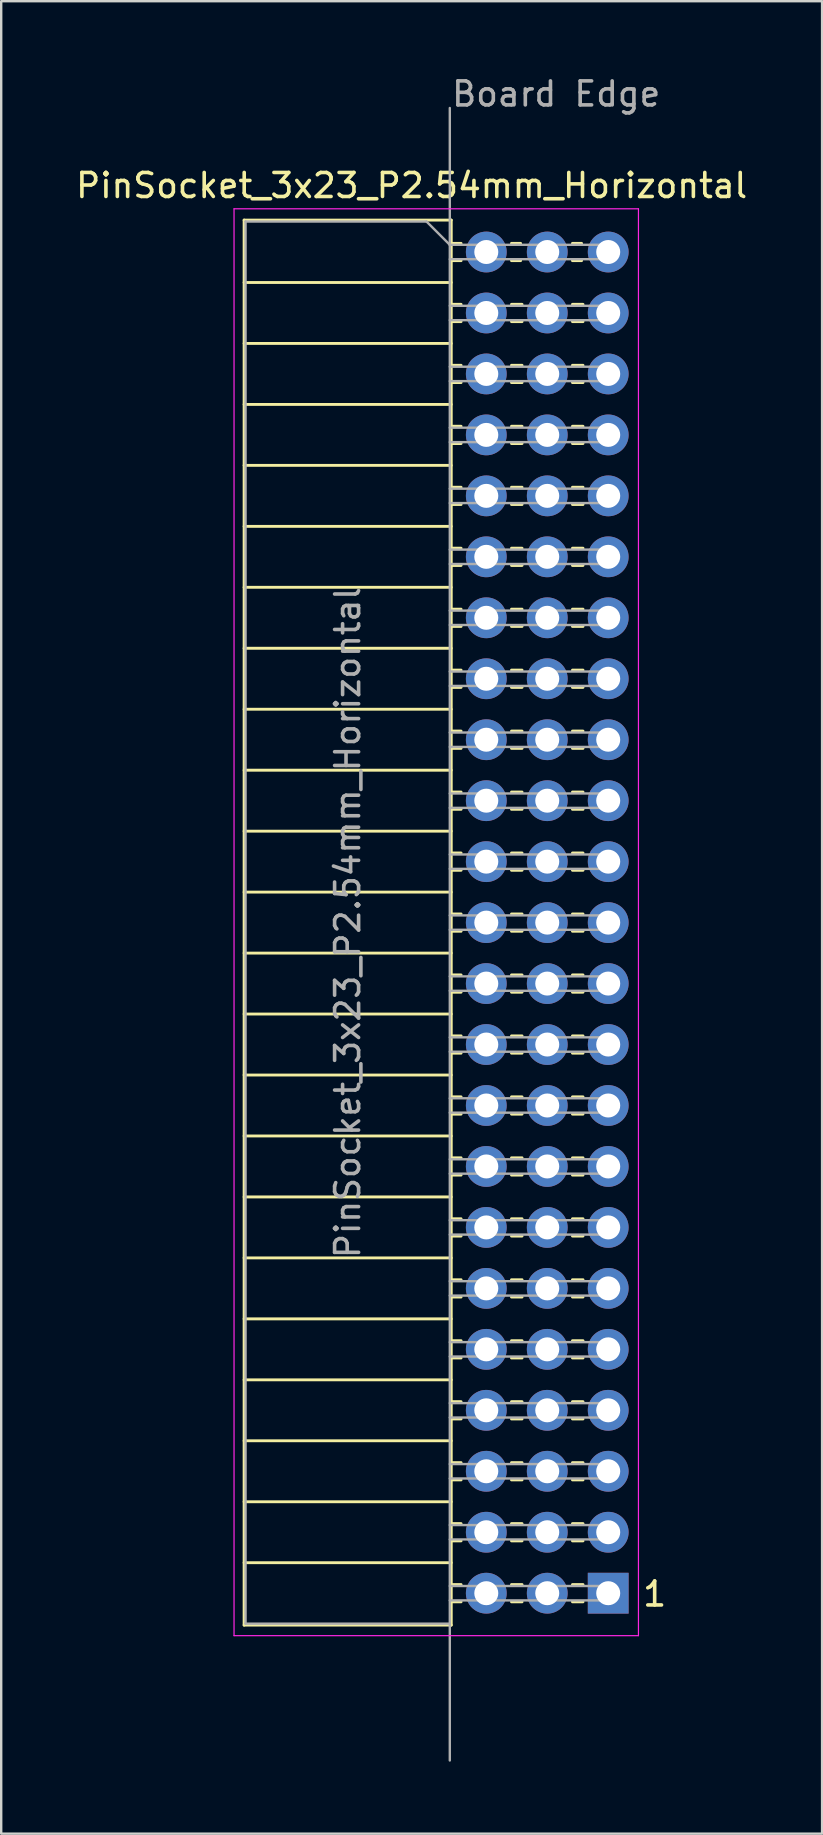
<source format=kicad_pcb>
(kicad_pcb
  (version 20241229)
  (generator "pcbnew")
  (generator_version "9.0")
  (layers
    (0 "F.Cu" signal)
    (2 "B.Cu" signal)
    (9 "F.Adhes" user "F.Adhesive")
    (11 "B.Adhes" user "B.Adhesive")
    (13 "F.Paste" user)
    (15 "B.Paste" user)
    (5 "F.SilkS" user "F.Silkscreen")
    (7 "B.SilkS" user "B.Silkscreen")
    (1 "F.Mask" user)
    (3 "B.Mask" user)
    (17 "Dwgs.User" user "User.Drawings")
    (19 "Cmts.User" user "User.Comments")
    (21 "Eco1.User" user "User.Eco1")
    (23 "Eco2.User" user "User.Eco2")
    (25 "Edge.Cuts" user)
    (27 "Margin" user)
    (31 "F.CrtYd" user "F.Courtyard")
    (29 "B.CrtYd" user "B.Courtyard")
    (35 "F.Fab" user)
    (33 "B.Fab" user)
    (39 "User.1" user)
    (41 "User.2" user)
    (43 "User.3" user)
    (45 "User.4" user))
  (footprint "PinSocket_3x23_P2.54mm_Horizontal"
    (layer "F.Cu")
    (at 19.751 7.45)
    (property "Reference" "PinSocket_3x23_P2.54mm_Horizontal" (at -5.65 -2.77 0) (layer "F.SilkS") (effects (font (size 1 1) (thickness 0.15))))
    (attr through_hole)
    (fp_line (start -12.63 -1.33) (end -12.63 57.21) (stroke (width 0.12) (type solid)) (layer "F.SilkS"))
    (fp_line (start -12.63 -1.33) (end -4 -1.33) (stroke (width 0.12) (type solid)) (layer "F.SilkS"))
    (fp_line (start -12.63 1.27) (end -4 1.27) (stroke (width 0.12) (type solid)) (layer "F.SilkS"))
    (fp_line (start -12.63 3.81) (end -4 3.81) (stroke (width 0.12) (type solid)) (layer "F.SilkS"))
    (fp_line (start -12.63 6.35) (end -4 6.35) (stroke (width 0.12) (type solid)) (layer "F.SilkS"))
    (fp_line (start -12.63 8.89) (end -4 8.89) (stroke (width 0.12) (type solid)) (layer "F.SilkS"))
    (fp_line (start -12.63 11.43) (end -4 11.43) (stroke (width 0.12) (type solid)) (layer "F.SilkS"))
    (fp_line (start -12.63 13.97) (end -4 13.97) (stroke (width 0.12) (type solid)) (layer "F.SilkS"))
    (fp_line (start -12.63 16.51) (end -4 16.51) (stroke (width 0.12) (type solid)) (layer "F.SilkS"))
    (fp_line (start -12.63 19.05) (end -4 19.05) (stroke (width 0.12) (type solid)) (layer "F.SilkS"))
    (fp_line (start -12.63 21.59) (end -4 21.59) (stroke (width 0.12) (type solid)) (layer "F.SilkS"))
    (fp_line (start -12.63 24.13) (end -4 24.13) (stroke (width 0.12) (type solid)) (layer "F.SilkS"))
    (fp_line (start -12.63 26.67) (end -4 26.67) (stroke (width 0.12) (type solid)) (layer "F.SilkS"))
    (fp_line (start -12.63 29.21) (end -4 29.21) (stroke (width 0.12) (type solid)) (layer "F.SilkS"))
    (fp_line (start -12.63 31.75) (end -4 31.75) (stroke (width 0.12) (type solid)) (layer "F.SilkS"))
    (fp_line (start -12.63 34.29) (end -4 34.29) (stroke (width 0.12) (type solid)) (layer "F.SilkS"))
    (fp_line (start -12.63 36.83) (end -4 36.83) (stroke (width 0.12) (type solid)) (layer "F.SilkS"))
    (fp_line (start -12.63 39.37) (end -4 39.37) (stroke (width 0.12) (type solid)) (layer "F.SilkS"))
    (fp_line (start -12.63 41.91) (end -4 41.91) (stroke (width 0.12) (type solid)) (layer "F.SilkS"))
    (fp_line (start -12.63 44.45) (end -4 44.45) (stroke (width 0.12) (type solid)) (layer "F.SilkS"))
    (fp_line (start -12.63 46.99) (end -4 46.99) (stroke (width 0.12) (type solid)) (layer "F.SilkS"))
    (fp_line (start -12.63 49.53) (end -4 49.53) (stroke (width 0.12) (type solid)) (layer "F.SilkS"))
    (fp_line (start -12.63 52.07) (end -4 52.07) (stroke (width 0.12) (type solid)) (layer "F.SilkS"))
    (fp_line (start -12.63 54.61) (end -4 54.61) (stroke (width 0.12) (type solid)) (layer "F.SilkS"))
    (fp_line (start -12.63 57.21) (end -4 57.21) (stroke (width 0.12) (type solid)) (layer "F.SilkS"))
    (fp_line (start -4 -1.33) (end -4 57.21) (stroke (width 0.12) (type solid)) (layer "F.SilkS"))
    (fp_line (start -4 -0.36) (end -3.59 -0.36) (stroke (width 0.12) (type solid)) (layer "F.SilkS"))
    (fp_line (start -4 0.36) (end -3.59 0.36) (stroke (width 0.12) (type solid)) (layer "F.SilkS"))
    (fp_line (start -4 2.18) (end -3.59 2.18) (stroke (width 0.12) (type solid)) (layer "F.SilkS"))
    (fp_line (start -4 2.9) (end -3.59 2.9) (stroke (width 0.12) (type solid)) (layer "F.SilkS"))
    (fp_line (start -4 4.72) (end -3.59 4.72) (stroke (width 0.12) (type solid)) (layer "F.SilkS"))
    (fp_line (start -4 5.44) (end -3.59 5.44) (stroke (width 0.12) (type solid)) (layer "F.SilkS"))
    (fp_line (start -4 7.26) (end -3.59 7.26) (stroke (width 0.12) (type solid)) (layer "F.SilkS"))
    (fp_line (start -4 7.98) (end -3.59 7.98) (stroke (width 0.12) (type solid)) (layer "F.SilkS"))
    (fp_line (start -4 9.8) (end -3.59 9.8) (stroke (width 0.12) (type solid)) (layer "F.SilkS"))
    (fp_line (start -4 10.52) (end -3.59 10.52) (stroke (width 0.12) (type solid)) (layer "F.SilkS"))
    (fp_line (start -4 12.34) (end -3.59 12.34) (stroke (width 0.12) (type solid)) (layer "F.SilkS"))
    (fp_line (start -4 13.06) (end -3.59 13.06) (stroke (width 0.12) (type solid)) (layer "F.SilkS"))
    (fp_line (start -4 14.88) (end -3.59 14.88) (stroke (width 0.12) (type solid)) (layer "F.SilkS"))
    (fp_line (start -4 15.6) (end -3.59 15.6) (stroke (width 0.12) (type solid)) (layer "F.SilkS"))
    (fp_line (start -4 17.42) (end -3.59 17.42) (stroke (width 0.12) (type solid)) (layer "F.SilkS"))
    (fp_line (start -4 18.14) (end -3.59 18.14) (stroke (width 0.12) (type solid)) (layer "F.SilkS"))
    (fp_line (start -4 19.96) (end -3.59 19.96) (stroke (width 0.12) (type solid)) (layer "F.SilkS"))
    (fp_line (start -4 20.68) (end -3.59 20.68) (stroke (width 0.12) (type solid)) (layer "F.SilkS"))
    (fp_line (start -4 22.5) (end -3.59 22.5) (stroke (width 0.12) (type solid)) (layer "F.SilkS"))
    (fp_line (start -4 23.22) (end -3.59 23.22) (stroke (width 0.12) (type solid)) (layer "F.SilkS"))
    (fp_line (start -4 25.04) (end -3.59 25.04) (stroke (width 0.12) (type solid)) (layer "F.SilkS"))
    (fp_line (start -4 25.76) (end -3.59 25.76) (stroke (width 0.12) (type solid)) (layer "F.SilkS"))
    (fp_line (start -4 27.58) (end -3.59 27.58) (stroke (width 0.12) (type solid)) (layer "F.SilkS"))
    (fp_line (start -4 28.3) (end -3.59 28.3) (stroke (width 0.12) (type solid)) (layer "F.SilkS"))
    (fp_line (start -4 30.12) (end -3.59 30.12) (stroke (width 0.12) (type solid)) (layer "F.SilkS"))
    (fp_line (start -4 30.84) (end -3.59 30.84) (stroke (width 0.12) (type solid)) (layer "F.SilkS"))
    (fp_line (start -4 32.66) (end -3.59 32.66) (stroke (width 0.12) (type solid)) (layer "F.SilkS"))
    (fp_line (start -4 33.38) (end -3.59 33.38) (stroke (width 0.12) (type solid)) (layer "F.SilkS"))
    (fp_line (start -4 35.2) (end -3.59 35.2) (stroke (width 0.12) (type solid)) (layer "F.SilkS"))
    (fp_line (start -4 35.92) (end -3.59 35.92) (stroke (width 0.12) (type solid)) (layer "F.SilkS"))
    (fp_line (start -4 37.74) (end -3.59 37.74) (stroke (width 0.12) (type solid)) (layer "F.SilkS"))
    (fp_line (start -4 38.46) (end -3.59 38.46) (stroke (width 0.12) (type solid)) (layer "F.SilkS"))
    (fp_line (start -4 40.28) (end -3.59 40.28) (stroke (width 0.12) (type solid)) (layer "F.SilkS"))
    (fp_line (start -4 41) (end -3.59 41) (stroke (width 0.12) (type solid)) (layer "F.SilkS"))
    (fp_line (start -4 42.82) (end -3.59 42.82) (stroke (width 0.12) (type solid)) (layer "F.SilkS"))
    (fp_line (start -4 43.54) (end -3.59 43.54) (stroke (width 0.12) (type solid)) (layer "F.SilkS"))
    (fp_line (start -4 45.36) (end -3.59 45.36) (stroke (width 0.12) (type solid)) (layer "F.SilkS"))
    (fp_line (start -4 46.08) (end -3.59 46.08) (stroke (width 0.12) (type solid)) (layer "F.SilkS"))
    (fp_line (start -4 47.9) (end -3.59 47.9) (stroke (width 0.12) (type solid)) (layer "F.SilkS"))
    (fp_line (start -4 48.62) (end -3.59 48.62) (stroke (width 0.12) (type solid)) (layer "F.SilkS"))
    (fp_line (start -4 50.44) (end -3.59 50.44) (stroke (width 0.12) (type solid)) (layer "F.SilkS"))
    (fp_line (start -4 51.16) (end -3.59 51.16) (stroke (width 0.12) (type solid)) (layer "F.SilkS"))
    (fp_line (start -4 52.98) (end -3.59 52.98) (stroke (width 0.12) (type solid)) (layer "F.SilkS"))
    (fp_line (start -4 53.7) (end -3.59 53.7) (stroke (width 0.12) (type solid)) (layer "F.SilkS"))
    (fp_line (start -4 55.52) (end -3.59 55.52) (stroke (width 0.12) (type solid)) (layer "F.SilkS"))
    (fp_line (start -4 56.24) (end -3.59 56.24) (stroke (width 0.12) (type solid)) (layer "F.SilkS"))
    (fp_line (start -1.49 -0.36) (end -1.11 -0.36) (stroke (width 0.12) (type solid)) (layer "F.SilkS"))
    (fp_line (start -1.49 0.36) (end -1.11 0.36) (stroke (width 0.12) (type solid)) (layer "F.SilkS"))
    (fp_line (start -1.49 2.18) (end -1.05 2.18) (stroke (width 0.12) (type solid)) (layer "F.SilkS"))
    (fp_line (start -1.49 2.9) (end -1.05 2.9) (stroke (width 0.12) (type solid)) (layer "F.SilkS"))
    (fp_line (start -1.49 4.72) (end -1.05 4.72) (stroke (width 0.12) (type solid)) (layer "F.SilkS"))
    (fp_line (start -1.49 5.44) (end -1.05 5.44) (stroke (width 0.12) (type solid)) (layer "F.SilkS"))
    (fp_line (start -1.49 7.26) (end -1.05 7.26) (stroke (width 0.12) (type solid)) (layer "F.SilkS"))
    (fp_line (start -1.49 7.98) (end -1.05 7.98) (stroke (width 0.12) (type solid)) (layer "F.SilkS"))
    (fp_line (start -1.49 9.8) (end -1.05 9.8) (stroke (width 0.12) (type solid)) (layer "F.SilkS"))
    (fp_line (start -1.49 10.52) (end -1.05 10.52) (stroke (width 0.12) (type solid)) (layer "F.SilkS"))
    (fp_line (start -1.49 12.34) (end -1.05 12.34) (stroke (width 0.12) (type solid)) (layer "F.SilkS"))
    (fp_line (start -1.49 13.06) (end -1.05 13.06) (stroke (width 0.12) (type solid)) (layer "F.SilkS"))
    (fp_line (start -1.49 14.88) (end -1.05 14.88) (stroke (width 0.12) (type solid)) (layer "F.SilkS"))
    (fp_line (start -1.49 15.6) (end -1.05 15.6) (stroke (width 0.12) (type solid)) (layer "F.SilkS"))
    (fp_line (start -1.49 17.42) (end -1.05 17.42) (stroke (width 0.12) (type solid)) (layer "F.SilkS"))
    (fp_line (start -1.49 18.14) (end -1.05 18.14) (stroke (width 0.12) (type solid)) (layer "F.SilkS"))
    (fp_line (start -1.49 19.96) (end -1.05 19.96) (stroke (width 0.12) (type solid)) (layer "F.SilkS"))
    (fp_line (start -1.49 20.68) (end -1.05 20.68) (stroke (width 0.12) (type solid)) (layer "F.SilkS"))
    (fp_line (start -1.49 22.5) (end -1.05 22.5) (stroke (width 0.12) (type solid)) (layer "F.SilkS"))
    (fp_line (start -1.49 23.22) (end -1.05 23.22) (stroke (width 0.12) (type solid)) (layer "F.SilkS"))
    (fp_line (start -1.49 25.04) (end -1.05 25.04) (stroke (width 0.12) (type solid)) (layer "F.SilkS"))
    (fp_line (start -1.49 25.76) (end -1.05 25.76) (stroke (width 0.12) (type solid)) (layer "F.SilkS"))
    (fp_line (start -1.49 27.58) (end -1.05 27.58) (stroke (width 0.12) (type solid)) (layer "F.SilkS"))
    (fp_line (start -1.49 28.3) (end -1.05 28.3) (stroke (width 0.12) (type solid)) (layer "F.SilkS"))
    (fp_line (start -1.49 30.12) (end -1.05 30.12) (stroke (width 0.12) (type solid)) (layer "F.SilkS"))
    (fp_line (start -1.49 30.84) (end -1.05 30.84) (stroke (width 0.12) (type solid)) (layer "F.SilkS"))
    (fp_line (start -1.49 32.66) (end -1.05 32.66) (stroke (width 0.12) (type solid)) (layer "F.SilkS"))
    (fp_line (start -1.49 33.38) (end -1.05 33.38) (stroke (width 0.12) (type solid)) (layer "F.SilkS"))
    (fp_line (start -1.49 35.2) (end -1.05 35.2) (stroke (width 0.12) (type solid)) (layer "F.SilkS"))
    (fp_line (start -1.49 35.92) (end -1.05 35.92) (stroke (width 0.12) (type solid)) (layer "F.SilkS"))
    (fp_line (start -1.49 37.74) (end -1.05 37.74) (stroke (width 0.12) (type solid)) (layer "F.SilkS"))
    (fp_line (start -1.49 38.46) (end -1.05 38.46) (stroke (width 0.12) (type solid)) (layer "F.SilkS"))
    (fp_line (start -1.49 40.28) (end -1.05 40.28) (stroke (width 0.12) (type solid)) (layer "F.SilkS"))
    (fp_line (start -1.49 41) (end -1.05 41) (stroke (width 0.12) (type solid)) (layer "F.SilkS"))
    (fp_line (start -1.49 42.82) (end -1.05 42.82) (stroke (width 0.12) (type solid)) (layer "F.SilkS"))
    (fp_line (start -1.49 43.54) (end -1.05 43.54) (stroke (width 0.12) (type solid)) (layer "F.SilkS"))
    (fp_line (start -1.49 45.36) (end -1.05 45.36) (stroke (width 0.12) (type solid)) (layer "F.SilkS"))
    (fp_line (start -1.49 46.08) (end -1.05 46.08) (stroke (width 0.12) (type solid)) (layer "F.SilkS"))
    (fp_line (start -1.49 47.9) (end -1.05 47.9) (stroke (width 0.12) (type solid)) (layer "F.SilkS"))
    (fp_line (start -1.49 48.62) (end -1.05 48.62) (stroke (width 0.12) (type solid)) (layer "F.SilkS"))
    (fp_line (start -1.49 50.44) (end -1.05 50.44) (stroke (width 0.12) (type solid)) (layer "F.SilkS"))
    (fp_line (start -1.49 51.16) (end -1.05 51.16) (stroke (width 0.12) (type solid)) (layer "F.SilkS"))
    (fp_line (start -1.49 52.98) (end -1.05 52.98) (stroke (width 0.12) (type solid)) (layer "F.SilkS"))
    (fp_line (start -1.49 53.7) (end -1.05 53.7) (stroke (width 0.12) (type solid)) (layer "F.SilkS"))
    (fp_line (start -1.49 55.52) (end -1.05 55.52) (stroke (width 0.12) (type solid)) (layer "F.SilkS"))
    (fp_line (start -1.49 56.24) (end -1.05 56.24) (stroke (width 0.12) (type solid)) (layer "F.SilkS"))
    (fp_line (start 1.05 -0.36) (end 1.43 -0.36) (stroke (width 0.12) (type solid)) (layer "F.SilkS"))
    (fp_line (start 1.05 0.36) (end 1.43 0.36) (stroke (width 0.12) (type solid)) (layer "F.SilkS"))
    (fp_line (start 1.05 2.18) (end 1.49 2.18) (stroke (width 0.12) (type solid)) (layer "F.SilkS"))
    (fp_line (start 1.05 2.9) (end 1.49 2.9) (stroke (width 0.12) (type solid)) (layer "F.SilkS"))
    (fp_line (start 1.05 4.72) (end 1.49 4.72) (stroke (width 0.12) (type solid)) (layer "F.SilkS"))
    (fp_line (start 1.05 5.44) (end 1.49 5.44) (stroke (width 0.12) (type solid)) (layer "F.SilkS"))
    (fp_line (start 1.05 7.26) (end 1.49 7.26) (stroke (width 0.12) (type solid)) (layer "F.SilkS"))
    (fp_line (start 1.05 7.98) (end 1.49 7.98) (stroke (width 0.12) (type solid)) (layer "F.SilkS"))
    (fp_line (start 1.05 9.8) (end 1.49 9.8) (stroke (width 0.12) (type solid)) (layer "F.SilkS"))
    (fp_line (start 1.05 10.52) (end 1.49 10.52) (stroke (width 0.12) (type solid)) (layer "F.SilkS"))
    (fp_line (start 1.05 12.34) (end 1.49 12.34) (stroke (width 0.12) (type solid)) (layer "F.SilkS"))
    (fp_line (start 1.05 13.06) (end 1.49 13.06) (stroke (width 0.12) (type solid)) (layer "F.SilkS"))
    (fp_line (start 1.05 14.88) (end 1.49 14.88) (stroke (width 0.12) (type solid)) (layer "F.SilkS"))
    (fp_line (start 1.05 15.6) (end 1.49 15.6) (stroke (width 0.12) (type solid)) (layer "F.SilkS"))
    (fp_line (start 1.05 17.42) (end 1.49 17.42) (stroke (width 0.12) (type solid)) (layer "F.SilkS"))
    (fp_line (start 1.05 18.14) (end 1.49 18.14) (stroke (width 0.12) (type solid)) (layer "F.SilkS"))
    (fp_line (start 1.05 19.96) (end 1.49 19.96) (stroke (width 0.12) (type solid)) (layer "F.SilkS"))
    (fp_line (start 1.05 20.68) (end 1.49 20.68) (stroke (width 0.12) (type solid)) (layer "F.SilkS"))
    (fp_line (start 1.05 22.5) (end 1.49 22.5) (stroke (width 0.12) (type solid)) (layer "F.SilkS"))
    (fp_line (start 1.05 23.22) (end 1.49 23.22) (stroke (width 0.12) (type solid)) (layer "F.SilkS"))
    (fp_line (start 1.05 25.04) (end 1.49 25.04) (stroke (width 0.12) (type solid)) (layer "F.SilkS"))
    (fp_line (start 1.05 25.76) (end 1.49 25.76) (stroke (width 0.12) (type solid)) (layer "F.SilkS"))
    (fp_line (start 1.05 27.58) (end 1.49 27.58) (stroke (width 0.12) (type solid)) (layer "F.SilkS"))
    (fp_line (start 1.05 28.3) (end 1.49 28.3) (stroke (width 0.12) (type solid)) (layer "F.SilkS"))
    (fp_line (start 1.05 30.12) (end 1.49 30.12) (stroke (width 0.12) (type solid)) (layer "F.SilkS"))
    (fp_line (start 1.05 30.84) (end 1.49 30.84) (stroke (width 0.12) (type solid)) (layer "F.SilkS"))
    (fp_line (start 1.05 32.66) (end 1.49 32.66) (stroke (width 0.12) (type solid)) (layer "F.SilkS"))
    (fp_line (start 1.05 33.38) (end 1.49 33.38) (stroke (width 0.12) (type solid)) (layer "F.SilkS"))
    (fp_line (start 1.05 35.2) (end 1.49 35.2) (stroke (width 0.12) (type solid)) (layer "F.SilkS"))
    (fp_line (start 1.05 35.92) (end 1.49 35.92) (stroke (width 0.12) (type solid)) (layer "F.SilkS"))
    (fp_line (start 1.05 37.74) (end 1.49 37.74) (stroke (width 0.12) (type solid)) (layer "F.SilkS"))
    (fp_line (start 1.05 38.46) (end 1.49 38.46) (stroke (width 0.12) (type solid)) (layer "F.SilkS"))
    (fp_line (start 1.05 40.28) (end 1.49 40.28) (stroke (width 0.12) (type solid)) (layer "F.SilkS"))
    (fp_line (start 1.05 41) (end 1.49 41) (stroke (width 0.12) (type solid)) (layer "F.SilkS"))
    (fp_line (start 1.05 42.82) (end 1.49 42.82) (stroke (width 0.12) (type solid)) (layer "F.SilkS"))
    (fp_line (start 1.05 43.54) (end 1.49 43.54) (stroke (width 0.12) (type solid)) (layer "F.SilkS"))
    (fp_line (start 1.05 45.36) (end 1.49 45.36) (stroke (width 0.12) (type solid)) (layer "F.SilkS"))
    (fp_line (start 1.05 46.08) (end 1.49 46.08) (stroke (width 0.12) (type solid)) (layer "F.SilkS"))
    (fp_line (start 1.05 47.9) (end 1.49 47.9) (stroke (width 0.12) (type solid)) (layer "F.SilkS"))
    (fp_line (start 1.05 48.62) (end 1.49 48.62) (stroke (width 0.12) (type solid)) (layer "F.SilkS"))
    (fp_line (start 1.05 50.44) (end 1.49 50.44) (stroke (width 0.12) (type solid)) (layer "F.SilkS"))
    (fp_line (start 1.05 51.16) (end 1.49 51.16) (stroke (width 0.12) (type solid)) (layer "F.SilkS"))
    (fp_line (start 1.05 52.98) (end 1.49 52.98) (stroke (width 0.12) (type solid)) (layer "F.SilkS"))
    (fp_line (start 1.05 53.7) (end 1.49 53.7) (stroke (width 0.12) (type solid)) (layer "F.SilkS"))
    (fp_line (start 1.05 55.52) (end 1.49 55.52) (stroke (width 0.12) (type solid)) (layer "F.SilkS"))
    (fp_line (start 1.05 56.24) (end 1.49 56.24) (stroke (width 0.12) (type solid)) (layer "F.SilkS"))
    (fp_line (start -13.05 -1.8) (end -13.05 57.65) (stroke (width 0.05) (type solid)) (layer "F.CrtYd"))
    (fp_line (start -13.05 57.65) (end 3.8 57.65) (stroke (width 0.05) (type solid)) (layer "F.CrtYd"))
    (fp_line (start 3.8 -1.8) (end -13.05 -1.8) (stroke (width 0.05) (type solid)) (layer "F.CrtYd"))
    (fp_line (start 3.8 57.65) (end 3.8 -1.8) (stroke (width 0.05) (type solid)) (layer "F.CrtYd"))
    (fp_line (start -12.57 -1.27) (end -5.03 -1.27) (stroke (width 0.1) (type solid)) (layer "F.Fab"))
    (fp_line (start -12.57 57.15) (end -12.57 -1.27) (stroke (width 0.1) (type solid)) (layer "F.Fab"))
    (fp_line (start -5.03 -1.27) (end -4.06 -0.3) (stroke (width 0.1) (type solid)) (layer "F.Fab"))
    (fp_line (start -4.06 -0.3) (end -4.06 -6) (stroke (width 0.1) (type default)) (layer "F.Fab"))
    (fp_line (start -4.06 -0.3) (end -4.06 57.15) (stroke (width 0.1) (type solid)) (layer "F.Fab"))
    (fp_line (start -4.06 0.3) (end 2.5 0.3) (stroke (width 0.1) (type solid)) (layer "F.Fab"))
    (fp_line (start -4.06 2.84) (end 2.5 2.84) (stroke (width 0.1) (type solid)) (layer "F.Fab"))
    (fp_line (start -4.06 5.38) (end 2.5 5.38) (stroke (width 0.1) (type solid)) (layer "F.Fab"))
    (fp_line (start -4.06 7.92) (end 2.5 7.92) (stroke (width 0.1) (type solid)) (layer "F.Fab"))
    (fp_line (start -4.06 10.46) (end 2.5 10.46) (stroke (width 0.1) (type solid)) (layer "F.Fab"))
    (fp_line (start -4.06 13) (end 2.5 13) (stroke (width 0.1) (type solid)) (layer "F.Fab"))
    (fp_line (start -4.06 15.54) (end 2.5 15.54) (stroke (width 0.1) (type solid)) (layer "F.Fab"))
    (fp_line (start -4.06 18.08) (end 2.5 18.08) (stroke (width 0.1) (type solid)) (layer "F.Fab"))
    (fp_line (start -4.06 20.62) (end 2.5 20.62) (stroke (width 0.1) (type solid)) (layer "F.Fab"))
    (fp_line (start -4.06 23.16) (end 2.5 23.16) (stroke (width 0.1) (type solid)) (layer "F.Fab"))
    (fp_line (start -4.06 25.7) (end 2.5 25.7) (stroke (width 0.1) (type solid)) (layer "F.Fab"))
    (fp_line (start -4.06 28.24) (end 2.5 28.24) (stroke (width 0.1) (type solid)) (layer "F.Fab"))
    (fp_line (start -4.06 30.78) (end 2.5 30.78) (stroke (width 0.1) (type solid)) (layer "F.Fab"))
    (fp_line (start -4.06 33.32) (end 2.5 33.32) (stroke (width 0.1) (type solid)) (layer "F.Fab"))
    (fp_line (start -4.06 35.86) (end 2.5 35.86) (stroke (width 0.1) (type solid)) (layer "F.Fab"))
    (fp_line (start -4.06 38.4) (end 2.5 38.4) (stroke (width 0.1) (type solid)) (layer "F.Fab"))
    (fp_line (start -4.06 40.94) (end 2.5 40.94) (stroke (width 0.1) (type solid)) (layer "F.Fab"))
    (fp_line (start -4.06 43.48) (end 2.5 43.48) (stroke (width 0.1) (type solid)) (layer "F.Fab"))
    (fp_line (start -4.06 46.02) (end 2.5 46.02) (stroke (width 0.1) (type solid)) (layer "F.Fab"))
    (fp_line (start -4.06 48.56) (end 2.5 48.56) (stroke (width 0.1) (type solid)) (layer "F.Fab"))
    (fp_line (start -4.06 51.1) (end 2.5 51.1) (stroke (width 0.1) (type solid)) (layer "F.Fab"))
    (fp_line (start -4.06 53.64) (end 2.5 53.64) (stroke (width 0.1) (type solid)) (layer "F.Fab"))
    (fp_line (start -4.06 56.18) (end 2.5 56.18) (stroke (width 0.1) (type solid)) (layer "F.Fab"))
    (fp_line (start -4.06 57.15) (end -12.57 57.15) (stroke (width 0.1) (type solid)) (layer "F.Fab"))
    (fp_line (start -4.06 62.85) (end -4.06 57.15) (stroke (width 0.1) (type default)) (layer "F.Fab"))
    (fp_line (start 0 0.3) (end 0 -0.3) (stroke (width 0.1) (type solid)) (layer "F.Fab"))
    (fp_line (start 0 2.84) (end 0 2.24) (stroke (width 0.1) (type solid)) (layer "F.Fab"))
    (fp_line (start 0 5.38) (end 0 4.78) (stroke (width 0.1) (type solid)) (layer "F.Fab"))
    (fp_line (start 0 7.92) (end 0 7.32) (stroke (width 0.1) (type solid)) (layer "F.Fab"))
    (fp_line (start 0 10.46) (end 0 9.86) (stroke (width 0.1) (type solid)) (layer "F.Fab"))
    (fp_line (start 0 13) (end 0 12.4) (stroke (width 0.1) (type solid)) (layer "F.Fab"))
    (fp_line (start 0 15.54) (end 0 14.94) (stroke (width 0.1) (type solid)) (layer "F.Fab"))
    (fp_line (start 0 18.08) (end 0 17.48) (stroke (width 0.1) (type solid)) (layer "F.Fab"))
    (fp_line (start 0 20.62) (end 0 20.02) (stroke (width 0.1) (type solid)) (layer "F.Fab"))
    (fp_line (start 0 23.16) (end 0 22.56) (stroke (width 0.1) (type solid)) (layer "F.Fab"))
    (fp_line (start 0 25.7) (end 0 25.1) (stroke (width 0.1) (type solid)) (layer "F.Fab"))
    (fp_line (start 0 28.24) (end 0 27.64) (stroke (width 0.1) (type solid)) (layer "F.Fab"))
    (fp_line (start 0 30.78) (end 0 30.18) (stroke (width 0.1) (type solid)) (layer "F.Fab"))
    (fp_line (start 0 33.32) (end 0 32.72) (stroke (width 0.1) (type solid)) (layer "F.Fab"))
    (fp_line (start 0 35.86) (end 0 35.26) (stroke (width 0.1) (type solid)) (layer "F.Fab"))
    (fp_line (start 0 38.4) (end 0 37.8) (stroke (width 0.1) (type solid)) (layer "F.Fab"))
    (fp_line (start 0 40.94) (end 0 40.34) (stroke (width 0.1) (type solid)) (layer "F.Fab"))
    (fp_line (start 0 43.48) (end 0 42.88) (stroke (width 0.1) (type solid)) (layer "F.Fab"))
    (fp_line (start 0 46.02) (end 0 45.42) (stroke (width 0.1) (type solid)) (layer "F.Fab"))
    (fp_line (start 0 48.56) (end 0 47.96) (stroke (width 0.1) (type solid)) (layer "F.Fab"))
    (fp_line (start 0 51.1) (end 0 50.5) (stroke (width 0.1) (type solid)) (layer "F.Fab"))
    (fp_line (start 0 53.64) (end 0 53.04) (stroke (width 0.1) (type solid)) (layer "F.Fab"))
    (fp_line (start 0 56.18) (end 0 55.58) (stroke (width 0.1) (type solid)) (layer "F.Fab"))
    (fp_line (start 2.5 -0.3) (end -4.06 -0.3) (stroke (width 0.1) (type solid)) (layer "F.Fab"))
    (fp_line (start 2.5 2.24) (end -4.06 2.24) (stroke (width 0.1) (type solid)) (layer "F.Fab"))
    (fp_line (start 2.5 4.78) (end -4.06 4.78) (stroke (width 0.1) (type solid)) (layer "F.Fab"))
    (fp_line (start 2.5 7.32) (end -4.06 7.32) (stroke (width 0.1) (type solid)) (layer "F.Fab"))
    (fp_line (start 2.5 9.86) (end -4.06 9.86) (stroke (width 0.1) (type solid)) (layer "F.Fab"))
    (fp_line (start 2.5 12.4) (end -4.06 12.4) (stroke (width 0.1) (type solid)) (layer "F.Fab"))
    (fp_line (start 2.5 14.94) (end -4.06 14.94) (stroke (width 0.1) (type solid)) (layer "F.Fab"))
    (fp_line (start 2.5 17.48) (end -4.06 17.48) (stroke (width 0.1) (type solid)) (layer "F.Fab"))
    (fp_line (start 2.5 20.02) (end -4.06 20.02) (stroke (width 0.1) (type solid)) (layer "F.Fab"))
    (fp_line (start 2.5 22.56) (end -4.06 22.56) (stroke (width 0.1) (type solid)) (layer "F.Fab"))
    (fp_line (start 2.5 25.1) (end -4.06 25.1) (stroke (width 0.1) (type solid)) (layer "F.Fab"))
    (fp_line (start 2.5 27.64) (end -4.06 27.64) (stroke (width 0.1) (type solid)) (layer "F.Fab"))
    (fp_line (start 2.5 30.18) (end -4.06 30.18) (stroke (width 0.1) (type solid)) (layer "F.Fab"))
    (fp_line (start 2.5 32.72) (end -4.06 32.72) (stroke (width 0.1) (type solid)) (layer "F.Fab"))
    (fp_line (start 2.5 35.26) (end -4.06 35.26) (stroke (width 0.1) (type solid)) (layer "F.Fab"))
    (fp_line (start 2.5 37.8) (end -4.06 37.8) (stroke (width 0.1) (type solid)) (layer "F.Fab"))
    (fp_line (start 2.5 40.34) (end -4.06 40.34) (stroke (width 0.1) (type solid)) (layer "F.Fab"))
    (fp_line (start 2.5 42.88) (end -4.06 42.88) (stroke (width 0.1) (type solid)) (layer "F.Fab"))
    (fp_line (start 2.5 45.42) (end -4.06 45.42) (stroke (width 0.1) (type solid)) (layer "F.Fab"))
    (fp_line (start 2.5 47.96) (end -4.06 47.96) (stroke (width 0.1) (type solid)) (layer "F.Fab"))
    (fp_line (start 2.5 50.5) (end -4.06 50.5) (stroke (width 0.1) (type solid)) (layer "F.Fab"))
    (fp_line (start 2.5 53.04) (end -4.06 53.04) (stroke (width 0.1) (type solid)) (layer "F.Fab"))
    (fp_line (start 2.5 55.58) (end -4.06 55.58) (stroke (width 0.1) (type solid)) (layer "F.Fab"))
    (fp_text user "1" (at 3.9 56.5 0) (unlocked yes) (layer "F.SilkS") (effects (font (size 1 1) (thickness 0.15)) (justify left bottom)))
    (fp_text user "Board Edge" (at -4.06 -6 0) (unlocked yes) (layer "F.Fab") (effects (font (size 1 1) (thickness 0.15)) (justify left bottom)))
    (fp_text user "${REFERENCE}" (at -8.315 27.94 90) (layer "F.Fab") (effects (font (size 1 1) (thickness 0.15))))
    (pad "A1" thru_hole rect (at 2.54 55.88 180) (size 1.7 1.7) (drill 1) (layers "*.Cu" "*.Mask"))
    (pad "A2" thru_hole oval (at 2.54 53.34 180) (size 1.7 1.7) (drill 1) (layers "*.Cu" "*.Mask"))
    (pad "A3" thru_hole oval (at 2.54 50.8 180) (size 1.7 1.7) (drill 1) (layers "*.Cu" "*.Mask"))
    (pad "A4" thru_hole oval (at 2.54 48.26 180) (size 1.7 1.7) (drill 1) (layers "*.Cu" "*.Mask"))
    (pad "A5" thru_hole oval (at 2.54 45.72 180) (size 1.7 1.7) (drill 1) (layers "*.Cu" "*.Mask"))
    (pad "A6" thru_hole oval (at 2.54 43.18 180) (size 1.7 1.7) (drill 1) (layers "*.Cu" "*.Mask"))
    (pad "A7" thru_hole oval (at 2.54 40.64 180) (size 1.7 1.7) (drill 1) (layers "*.Cu" "*.Mask"))
    (pad "A8" thru_hole oval (at 2.54 38.1 180) (size 1.7 1.7) (drill 1) (layers "*.Cu" "*.Mask"))
    (pad "A9" thru_hole oval (at 2.54 35.56 180) (size 1.7 1.7) (drill 1) (layers "*.Cu" "*.Mask"))
    (pad "A10" thru_hole oval (at 2.54 33.02 180) (size 1.7 1.7) (drill 1) (layers "*.Cu" "*.Mask"))
    (pad "A11" thru_hole oval (at 2.54 30.48 180) (size 1.7 1.7) (drill 1) (layers "*.Cu" "*.Mask"))
    (pad "A12" thru_hole oval (at 2.54 27.94 180) (size 1.7 1.7) (drill 1) (layers "*.Cu" "*.Mask"))
    (pad "A13" thru_hole oval (at 2.54 25.4 180) (size 1.7 1.7) (drill 1) (layers "*.Cu" "*.Mask"))
    (pad "A14" thru_hole oval (at 2.54 22.86 180) (size 1.7 1.7) (drill 1) (layers "*.Cu" "*.Mask"))
    (pad "A15" thru_hole oval (at 2.54 20.32 180) (size 1.7 1.7) (drill 1) (layers "*.Cu" "*.Mask"))
    (pad "A16" thru_hole oval (at 2.54 17.78 180) (size 1.7 1.7) (drill 1) (layers "*.Cu" "*.Mask"))
    (pad "A17" thru_hole oval (at 2.54 15.24 180) (size 1.7 1.7) (drill 1) (layers "*.Cu" "*.Mask"))
    (pad "A18" thru_hole oval (at 2.54 12.7 180) (size 1.7 1.7) (drill 1) (layers "*.Cu" "*.Mask"))
    (pad "A19" thru_hole oval (at 2.54 10.16 180) (size 1.7 1.7) (drill 1) (layers "*.Cu" "*.Mask"))
    (pad "A20" thru_hole oval (at 2.54 7.62 180) (size 1.7 1.7) (drill 1) (layers "*.Cu" "*.Mask"))
    (pad "A21" thru_hole oval (at 2.54 5.08 180) (size 1.7 1.7) (drill 1) (layers "*.Cu" "*.Mask"))
    (pad "A22" thru_hole oval (at 2.54 2.54 180) (size 1.7 1.7) (drill 1) (layers "*.Cu" "*.Mask"))
    (pad "A23" thru_hole oval (at 2.54 0 180) (size 1.7 1.7) (drill 1) (layers "*.Cu" "*.Mask"))
    (pad "B1" thru_hole oval (at 0 55.88 180) (size 1.7 1.7) (drill 1) (layers "*.Cu" "*.Mask"))
    (pad "B2" thru_hole oval (at 0 53.34 180) (size 1.7 1.7) (drill 1) (layers "*.Cu" "*.Mask"))
    (pad "B3" thru_hole oval (at 0 50.8 180) (size 1.7 1.7) (drill 1) (layers "*.Cu" "*.Mask"))
    (pad "B4" thru_hole oval (at 0 48.26 180) (size 1.7 1.7) (drill 1) (layers "*.Cu" "*.Mask"))
    (pad "B5" thru_hole oval (at 0 45.72 180) (size 1.7 1.7) (drill 1) (layers "*.Cu" "*.Mask"))
    (pad "B6" thru_hole oval (at 0 43.18 180) (size 1.7 1.7) (drill 1) (layers "*.Cu" "*.Mask"))
    (pad "B7" thru_hole oval (at 0 40.64 180) (size 1.7 1.7) (drill 1) (layers "*.Cu" "*.Mask"))
    (pad "B8" thru_hole oval (at 0 38.1 180) (size 1.7 1.7) (drill 1) (layers "*.Cu" "*.Mask"))
    (pad "B9" thru_hole oval (at 0 35.56 180) (size 1.7 1.7) (drill 1) (layers "*.Cu" "*.Mask"))
    (pad "B10" thru_hole oval (at 0 33.02 180) (size 1.7 1.7) (drill 1) (layers "*.Cu" "*.Mask"))
    (pad "B11" thru_hole oval (at 0 30.48 180) (size 1.7 1.7) (drill 1) (layers "*.Cu" "*.Mask"))
    (pad "B12" thru_hole oval (at 0 27.94 180) (size 1.7 1.7) (drill 1) (layers "*.Cu" "*.Mask"))
    (pad "B13" thru_hole oval (at 0 25.4 180) (size 1.7 1.7) (drill 1) (layers "*.Cu" "*.Mask"))
    (pad "B14" thru_hole oval (at 0 22.86 180) (size 1.7 1.7) (drill 1) (layers "*.Cu" "*.Mask"))
    (pad "B15" thru_hole oval (at 0 20.32 180) (size 1.7 1.7) (drill 1) (layers "*.Cu" "*.Mask"))
    (pad "B16" thru_hole oval (at 0 17.78 180) (size 1.7 1.7) (drill 1) (layers "*.Cu" "*.Mask"))
    (pad "B17" thru_hole oval (at 0 15.24 180) (size 1.7 1.7) (drill 1) (layers "*.Cu" "*.Mask"))
    (pad "B18" thru_hole oval (at 0 12.7 180) (size 1.7 1.7) (drill 1) (layers "*.Cu" "*.Mask"))
    (pad "B19" thru_hole oval (at 0 10.16 180) (size 1.7 1.7) (drill 1) (layers "*.Cu" "*.Mask"))
    (pad "B20" thru_hole oval (at 0 7.62 180) (size 1.7 1.7) (drill 1) (layers "*.Cu" "*.Mask"))
    (pad "B21" thru_hole oval (at 0 5.08 180) (size 1.7 1.7) (drill 1) (layers "*.Cu" "*.Mask"))
    (pad "B22" thru_hole oval (at 0 2.54 180) (size 1.7 1.7) (drill 1) (layers "*.Cu" "*.Mask"))
    (pad "B23" thru_hole oval (at 0 0 180) (size 1.7 1.7) (drill 1) (layers "*.Cu" "*.Mask"))
    (pad "C1" thru_hole oval (at -2.54 55.88 180) (size 1.7 1.7) (drill 1) (layers "*.Cu" "*.Mask"))
    (pad "C2" thru_hole oval (at -2.54 53.34 180) (size 1.7 1.7) (drill 1) (layers "*.Cu" "*.Mask"))
    (pad "C3" thru_hole oval (at -2.54 50.8 180) (size 1.7 1.7) (drill 1) (layers "*.Cu" "*.Mask"))
    (pad "C4" thru_hole oval (at -2.54 48.26 180) (size 1.7 1.7) (drill 1) (layers "*.Cu" "*.Mask"))
    (pad "C5" thru_hole oval (at -2.54 45.72 180) (size 1.7 1.7) (drill 1) (layers "*.Cu" "*.Mask"))
    (pad "C6" thru_hole oval (at -2.54 43.18 180) (size 1.7 1.7) (drill 1) (layers "*.Cu" "*.Mask"))
    (pad "C7" thru_hole oval (at -2.54 40.64 180) (size 1.7 1.7) (drill 1) (layers "*.Cu" "*.Mask"))
    (pad "C8" thru_hole oval (at -2.54 38.1 180) (size 1.7 1.7) (drill 1) (layers "*.Cu" "*.Mask"))
    (pad "C9" thru_hole oval (at -2.54 35.56 180) (size 1.7 1.7) (drill 1) (layers "*.Cu" "*.Mask"))
    (pad "C10" thru_hole oval (at -2.54 33.02 180) (size 1.7 1.7) (drill 1) (layers "*.Cu" "*.Mask"))
    (pad "C11" thru_hole oval (at -2.54 30.48 180) (size 1.7 1.7) (drill 1) (layers "*.Cu" "*.Mask"))
    (pad "C12" thru_hole oval (at -2.54 27.94 180) (size 1.7 1.7) (drill 1) (layers "*.Cu" "*.Mask"))
    (pad "C13" thru_hole oval (at -2.54 25.4 180) (size 1.7 1.7) (drill 1) (layers "*.Cu" "*.Mask"))
    (pad "C14" thru_hole oval (at -2.54 22.86 180) (size 1.7 1.7) (drill 1) (layers "*.Cu" "*.Mask"))
    (pad "C15" thru_hole oval (at -2.54 20.32 180) (size 1.7 1.7) (drill 1) (layers "*.Cu" "*.Mask"))
    (pad "C16" thru_hole oval (at -2.54 17.78 180) (size 1.7 1.7) (drill 1) (layers "*.Cu" "*.Mask"))
    (pad "C17" thru_hole oval (at -2.54 15.24 180) (size 1.7 1.7) (drill 1) (layers "*.Cu" "*.Mask"))
    (pad "C18" thru_hole oval (at -2.54 12.7 180) (size 1.7 1.7) (drill 1) (layers "*.Cu" "*.Mask"))
    (pad "C19" thru_hole oval (at -2.54 10.16 180) (size 1.7 1.7) (drill 1) (layers "*.Cu" "*.Mask"))
    (pad "C20" thru_hole oval (at -2.54 7.62 180) (size 1.7 1.7) (drill 1) (layers "*.Cu" "*.Mask"))
    (pad "C21" thru_hole oval (at -2.54 5.08 180) (size 1.7 1.7) (drill 1) (layers "*.Cu" "*.Mask"))
    (pad "C22" thru_hole oval (at -2.54 2.54 180) (size 1.7 1.7) (drill 1) (layers "*.Cu" "*.Mask"))
    (pad "C23" thru_hole oval (at -2.54 0 180) (size 1.7 1.7) (drill 1) (layers "*.Cu" "*.Mask")))
  (gr_rect
    (start -3 -3)
    (end 31.202 73.35)
    (stroke (width 0.1) (type default))
    (fill no)
    (layer "Edge.Cuts")))
</source>
